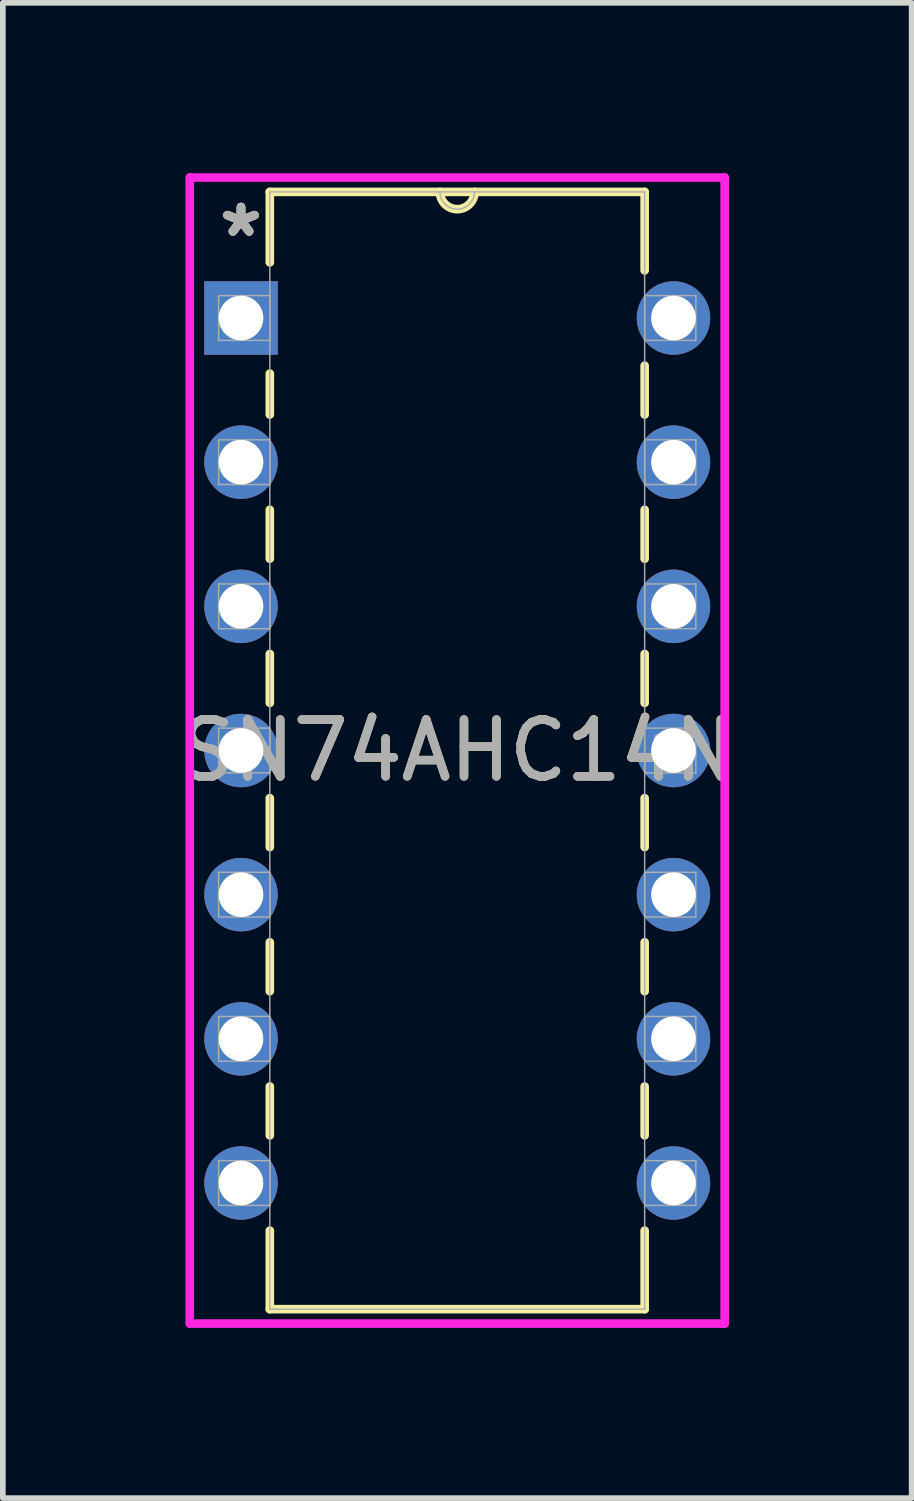
<source format=kicad_pcb>
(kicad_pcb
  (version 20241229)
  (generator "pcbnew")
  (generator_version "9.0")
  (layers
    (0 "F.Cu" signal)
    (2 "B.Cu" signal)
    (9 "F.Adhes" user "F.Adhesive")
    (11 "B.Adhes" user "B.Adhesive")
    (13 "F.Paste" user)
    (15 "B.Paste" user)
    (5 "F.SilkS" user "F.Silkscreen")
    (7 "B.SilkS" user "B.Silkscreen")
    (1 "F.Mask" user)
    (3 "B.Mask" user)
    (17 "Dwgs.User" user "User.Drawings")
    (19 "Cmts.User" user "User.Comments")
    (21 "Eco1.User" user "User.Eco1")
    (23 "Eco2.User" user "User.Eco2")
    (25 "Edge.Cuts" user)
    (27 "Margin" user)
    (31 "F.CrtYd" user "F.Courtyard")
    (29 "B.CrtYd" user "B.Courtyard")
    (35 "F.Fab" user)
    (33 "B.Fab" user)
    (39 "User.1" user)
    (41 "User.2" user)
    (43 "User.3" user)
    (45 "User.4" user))
  (footprint "SN74AHC14N"
    (layer "F.Cu")
    (at 8.816 17.793)
    (property "Reference" "SN74AHC14N" (at -3.81 -7.62 0) (unlocked yes) (layer "F.SilkS") (effects (font (size 1 1) (thickness 0.15))))
    (attr through_hole)
    (fp_line (start -7.112 -17.462) (end -7.112 -16.22) (stroke (width 0.152) (type solid)) (layer "F.SilkS"))
    (fp_line (start -7.112 -14.26) (end -7.112 -13.539) (stroke (width 0.152) (type solid)) (layer "F.SilkS"))
    (fp_line (start -7.112 -11.861) (end -7.112 -10.999) (stroke (width 0.152) (type solid)) (layer "F.SilkS"))
    (fp_line (start -7.112 -9.321) (end -7.112 -8.459) (stroke (width 0.152) (type solid)) (layer "F.SilkS"))
    (fp_line (start -7.112 -6.781) (end -7.112 -5.919) (stroke (width 0.152) (type solid)) (layer "F.SilkS"))
    (fp_line (start -7.112 -4.241) (end -7.112 -3.379) (stroke (width 0.152) (type solid)) (layer "F.SilkS"))
    (fp_line (start -7.112 -1.701) (end -7.112 -0.839) (stroke (width 0.152) (type solid)) (layer "F.SilkS"))
    (fp_line (start -7.112 0.839) (end -7.112 2.223) (stroke (width 0.152) (type solid)) (layer "F.SilkS"))
    (fp_line (start -7.112 2.223) (end -0.508 2.223) (stroke (width 0.152) (type solid)) (layer "F.SilkS"))
    (fp_line (start -0.508 -17.462) (end -7.112 -17.462) (stroke (width 0.152) (type solid)) (layer "F.SilkS"))
    (fp_line (start -0.508 -16.079) (end -0.508 -17.462) (stroke (width 0.152) (type solid)) (layer "F.SilkS"))
    (fp_line (start -0.508 -13.539) (end -0.508 -14.401) (stroke (width 0.152) (type solid)) (layer "F.SilkS"))
    (fp_line (start -0.508 -10.999) (end -0.508 -11.861) (stroke (width 0.152) (type solid)) (layer "F.SilkS"))
    (fp_line (start -0.508 -8.459) (end -0.508 -9.321) (stroke (width 0.152) (type solid)) (layer "F.SilkS"))
    (fp_line (start -0.508 -5.919) (end -0.508 -6.781) (stroke (width 0.152) (type solid)) (layer "F.SilkS"))
    (fp_line (start -0.508 -3.379) (end -0.508 -4.241) (stroke (width 0.152) (type solid)) (layer "F.SilkS"))
    (fp_line (start -0.508 -0.839) (end -0.508 -1.701) (stroke (width 0.152) (type solid)) (layer "F.SilkS"))
    (fp_line (start -0.508 2.223) (end -0.508 0.839) (stroke (width 0.152) (type solid)) (layer "F.SilkS"))
    (fp_arc (start -3.5052 -17.4625) (mid -3.81 -17.1577) (end -4.1148 -17.4625) (stroke (width 0.1524) (type solid)) (layer "F.SilkS"))
    (fp_line (start -8.522 -17.716) (end -8.522 2.477) (stroke (width 0.152) (type solid)) (layer "F.CrtYd"))
    (fp_line (start -8.522 2.477) (end 0.902 2.477) (stroke (width 0.152) (type solid)) (layer "F.CrtYd"))
    (fp_line (start 0.902 -17.716) (end -8.522 -17.716) (stroke (width 0.152) (type solid)) (layer "F.CrtYd"))
    (fp_line (start 0.902 2.477) (end 0.902 -17.716) (stroke (width 0.152) (type solid)) (layer "F.CrtYd"))
    (fp_line (start -8.014 -15.634) (end -8.014 -14.846) (stroke (width 0.025) (type solid)) (layer "F.Fab"))
    (fp_line (start -8.014 -14.846) (end -7.112 -14.846) (stroke (width 0.025) (type solid)) (layer "F.Fab"))
    (fp_line (start -8.014 -13.094) (end -8.014 -12.306) (stroke (width 0.025) (type solid)) (layer "F.Fab"))
    (fp_line (start -8.014 -12.306) (end -7.112 -12.306) (stroke (width 0.025) (type solid)) (layer "F.Fab"))
    (fp_line (start -8.014 -10.554) (end -8.014 -9.766) (stroke (width 0.025) (type solid)) (layer "F.Fab"))
    (fp_line (start -8.014 -9.766) (end -7.112 -9.766) (stroke (width 0.025) (type solid)) (layer "F.Fab"))
    (fp_line (start -8.014 -8.014) (end -8.014 -7.226) (stroke (width 0.025) (type solid)) (layer "F.Fab"))
    (fp_line (start -8.014 -7.226) (end -7.112 -7.226) (stroke (width 0.025) (type solid)) (layer "F.Fab"))
    (fp_line (start -8.014 -5.474) (end -8.014 -4.686) (stroke (width 0.025) (type solid)) (layer "F.Fab"))
    (fp_line (start -8.014 -4.686) (end -7.112 -4.686) (stroke (width 0.025) (type solid)) (layer "F.Fab"))
    (fp_line (start -8.014 -2.934) (end -8.014 -2.146) (stroke (width 0.025) (type solid)) (layer "F.Fab"))
    (fp_line (start -8.014 -2.146) (end -7.112 -2.146) (stroke (width 0.025) (type solid)) (layer "F.Fab"))
    (fp_line (start -8.014 -0.394) (end -8.014 0.394) (stroke (width 0.025) (type solid)) (layer "F.Fab"))
    (fp_line (start -8.014 0.394) (end -7.112 0.394) (stroke (width 0.025) (type solid)) (layer "F.Fab"))
    (fp_line (start -7.112 -17.462) (end -7.112 2.223) (stroke (width 0.025) (type solid)) (layer "F.Fab"))
    (fp_line (start -7.112 -15.634) (end -8.014 -15.634) (stroke (width 0.025) (type solid)) (layer "F.Fab"))
    (fp_line (start -7.112 -14.846) (end -7.112 -15.634) (stroke (width 0.025) (type solid)) (layer "F.Fab"))
    (fp_line (start -7.112 -13.094) (end -8.014 -13.094) (stroke (width 0.025) (type solid)) (layer "F.Fab"))
    (fp_line (start -7.112 -12.306) (end -7.112 -13.094) (stroke (width 0.025) (type solid)) (layer "F.Fab"))
    (fp_line (start -7.112 -10.554) (end -8.014 -10.554) (stroke (width 0.025) (type solid)) (layer "F.Fab"))
    (fp_line (start -7.112 -9.766) (end -7.112 -10.554) (stroke (width 0.025) (type solid)) (layer "F.Fab"))
    (fp_line (start -7.112 -8.014) (end -8.014 -8.014) (stroke (width 0.025) (type solid)) (layer "F.Fab"))
    (fp_line (start -7.112 -7.226) (end -7.112 -8.014) (stroke (width 0.025) (type solid)) (layer "F.Fab"))
    (fp_line (start -7.112 -5.474) (end -8.014 -5.474) (stroke (width 0.025) (type solid)) (layer "F.Fab"))
    (fp_line (start -7.112 -4.686) (end -7.112 -5.474) (stroke (width 0.025) (type solid)) (layer "F.Fab"))
    (fp_line (start -7.112 -2.934) (end -8.014 -2.934) (stroke (width 0.025) (type solid)) (layer "F.Fab"))
    (fp_line (start -7.112 -2.146) (end -7.112 -2.934) (stroke (width 0.025) (type solid)) (layer "F.Fab"))
    (fp_line (start -7.112 -0.394) (end -8.014 -0.394) (stroke (width 0.025) (type solid)) (layer "F.Fab"))
    (fp_line (start -7.112 0.394) (end -7.112 -0.394) (stroke (width 0.025) (type solid)) (layer "F.Fab"))
    (fp_line (start -7.112 2.223) (end -0.508 2.223) (stroke (width 0.025) (type solid)) (layer "F.Fab"))
    (fp_line (start -0.508 -17.462) (end -7.112 -17.462) (stroke (width 0.025) (type solid)) (layer "F.Fab"))
    (fp_line (start -0.508 -15.634) (end -0.508 -14.846) (stroke (width 0.025) (type solid)) (layer "F.Fab"))
    (fp_line (start -0.508 -14.846) (end 0.394 -14.846) (stroke (width 0.025) (type solid)) (layer "F.Fab"))
    (fp_line (start -0.508 -13.094) (end -0.508 -12.306) (stroke (width 0.025) (type solid)) (layer "F.Fab"))
    (fp_line (start -0.508 -12.306) (end 0.394 -12.306) (stroke (width 0.025) (type solid)) (layer "F.Fab"))
    (fp_line (start -0.508 -10.554) (end -0.508 -9.766) (stroke (width 0.025) (type solid)) (layer "F.Fab"))
    (fp_line (start -0.508 -9.766) (end 0.394 -9.766) (stroke (width 0.025) (type solid)) (layer "F.Fab"))
    (fp_line (start -0.508 -8.014) (end -0.508 -7.226) (stroke (width 0.025) (type solid)) (layer "F.Fab"))
    (fp_line (start -0.508 -7.226) (end 0.394 -7.226) (stroke (width 0.025) (type solid)) (layer "F.Fab"))
    (fp_line (start -0.508 -5.474) (end -0.508 -4.686) (stroke (width 0.025) (type solid)) (layer "F.Fab"))
    (fp_line (start -0.508 -4.686) (end 0.394 -4.686) (stroke (width 0.025) (type solid)) (layer "F.Fab"))
    (fp_line (start -0.508 -2.934) (end -0.508 -2.146) (stroke (width 0.025) (type solid)) (layer "F.Fab"))
    (fp_line (start -0.508 -2.146) (end 0.394 -2.146) (stroke (width 0.025) (type solid)) (layer "F.Fab"))
    (fp_line (start -0.508 -0.394) (end -0.508 0.394) (stroke (width 0.025) (type solid)) (layer "F.Fab"))
    (fp_line (start -0.508 0.394) (end 0.394 0.394) (stroke (width 0.025) (type solid)) (layer "F.Fab"))
    (fp_line (start -0.508 2.223) (end -0.508 -17.462) (stroke (width 0.025) (type solid)) (layer "F.Fab"))
    (fp_line (start 0.394 -15.634) (end -0.508 -15.634) (stroke (width 0.025) (type solid)) (layer "F.Fab"))
    (fp_line (start 0.394 -14.846) (end 0.394 -15.634) (stroke (width 0.025) (type solid)) (layer "F.Fab"))
    (fp_line (start 0.394 -13.094) (end -0.508 -13.094) (stroke (width 0.025) (type solid)) (layer "F.Fab"))
    (fp_line (start 0.394 -12.306) (end 0.394 -13.094) (stroke (width 0.025) (type solid)) (layer "F.Fab"))
    (fp_line (start 0.394 -10.554) (end -0.508 -10.554) (stroke (width 0.025) (type solid)) (layer "F.Fab"))
    (fp_line (start 0.394 -9.766) (end 0.394 -10.554) (stroke (width 0.025) (type solid)) (layer "F.Fab"))
    (fp_line (start 0.394 -8.014) (end -0.508 -8.014) (stroke (width 0.025) (type solid)) (layer "F.Fab"))
    (fp_line (start 0.394 -7.226) (end 0.394 -8.014) (stroke (width 0.025) (type solid)) (layer "F.Fab"))
    (fp_line (start 0.394 -5.474) (end -0.508 -5.474) (stroke (width 0.025) (type solid)) (layer "F.Fab"))
    (fp_line (start 0.394 -4.686) (end 0.394 -5.474) (stroke (width 0.025) (type solid)) (layer "F.Fab"))
    (fp_line (start 0.394 -2.934) (end -0.508 -2.934) (stroke (width 0.025) (type solid)) (layer "F.Fab"))
    (fp_line (start 0.394 -2.146) (end 0.394 -2.934) (stroke (width 0.025) (type solid)) (layer "F.Fab"))
    (fp_line (start 0.394 -0.394) (end -0.508 -0.394) (stroke (width 0.025) (type solid)) (layer "F.Fab"))
    (fp_line (start 0.394 0.394) (end 0.394 -0.394) (stroke (width 0.025) (type solid)) (layer "F.Fab"))
    (fp_arc (start -3.5052 -17.4625) (mid -3.81 -17.1577) (end -4.1148 -17.4625) (stroke (width 0.0254) (type solid)) (layer "F.Fab"))
    (fp_text user "*" (at -7.62 -16.65 0) (layer "F.SilkS") (effects (font (size 1 1) (thickness 0.15))))
    (fp_text user "*" (at -7.62 -16.65 0) (unlocked yes) (layer "F.SilkS") (effects (font (size 1 1) (thickness 0.15))))
    (fp_text user "*" (at -7.62 -16.65 0) (layer "F.Fab") (effects (font (size 1 1) (thickness 0.15))))
    (fp_text user "*" (at -7.62 -16.65 0) (unlocked yes) (layer "F.Fab") (effects (font (size 1 1) (thickness 0.15))))
    (fp_text user "${REFERENCE}" (at -3.81 -7.62 0) (unlocked yes) (layer "F.Fab") (effects (font (size 1 1) (thickness 0.15))))
    (pad "1" thru_hole rect (at -7.62 -15.24) (size 1.295 1.295) (drill 0.787) (layers "*.Cu" "*.Mask"))
    (pad "2" thru_hole circle (at -7.62 -12.7) (size 1.295 1.295) (drill 0.787) (layers "*.Cu" "*.Mask"))
    (pad "3" thru_hole circle (at -7.62 -10.16) (size 1.295 1.295) (drill 0.787) (layers "*.Cu" "*.Mask"))
    (pad "4" thru_hole circle (at -7.62 -7.62) (size 1.295 1.295) (drill 0.787) (layers "*.Cu" "*.Mask"))
    (pad "5" thru_hole circle (at -7.62 -5.08) (size 1.295 1.295) (drill 0.787) (layers "*.Cu" "*.Mask"))
    (pad "6" thru_hole circle (at -7.62 -2.54) (size 1.295 1.295) (drill 0.787) (layers "*.Cu" "*.Mask"))
    (pad "7" thru_hole circle (at -7.62 0) (size 1.295 1.295) (drill 0.787) (layers "*.Cu" "*.Mask"))
    (pad "8" thru_hole circle (at 0 0) (size 1.295 1.295) (drill 0.787) (layers "*.Cu" "*.Mask"))
    (pad "9" thru_hole circle (at 0 -2.54) (size 1.295 1.295) (drill 0.787) (layers "*.Cu" "*.Mask"))
    (pad "10" thru_hole circle (at 0 -5.08) (size 1.295 1.295) (drill 0.787) (layers "*.Cu" "*.Mask"))
    (pad "11" thru_hole circle (at 0 -7.62) (size 1.295 1.295) (drill 0.787) (layers "*.Cu" "*.Mask"))
    (pad "12" thru_hole circle (at 0 -10.16) (size 1.295 1.295) (drill 0.787) (layers "*.Cu" "*.Mask"))
    (pad "13" thru_hole circle (at 0 -12.7) (size 1.295 1.295) (drill 0.787) (layers "*.Cu" "*.Mask"))
    (pad "14" thru_hole circle (at 0 -15.24) (size 1.295 1.295) (drill 0.787) (layers "*.Cu" "*.Mask")))
  (gr_rect
    (start -3 -3)
    (end 13.012 23.345)
    (stroke (width 0.1) (type default))
    (fill no)
    (layer "Edge.Cuts")))
</source>
